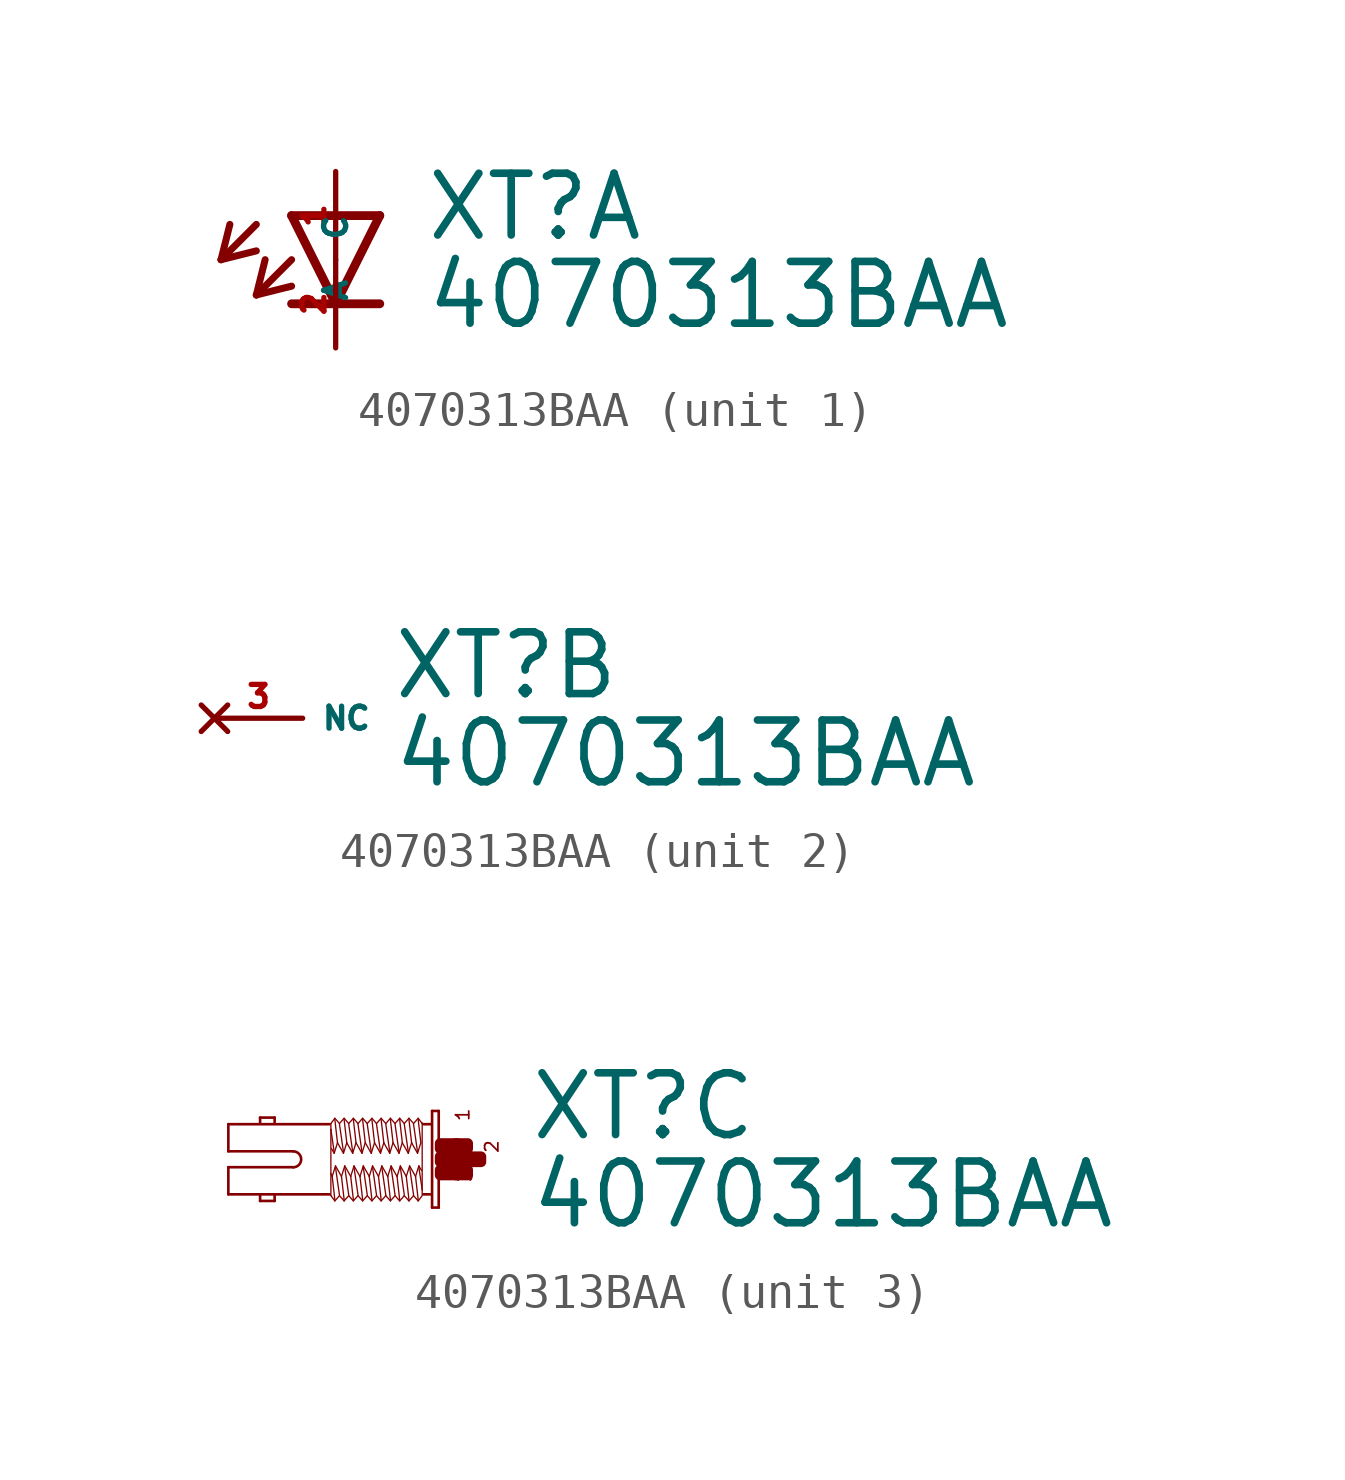
<source format=kicad_sym>
(kicad_symbol_lib
  (version 20220914)
  (generator Eagle2Kicad)
  (symbol "4070313BAA"
    (property "Reference" "XT"
      (at 2.54 0.483 0)
      (effects (font (size 1.778 1.778) (thickness 0.22)) (justify left bottom)))
    (property "Value" "4070313BAA"
      (at 2.54 -2.057 0)
      (effects (font (size 1.778 1.778) (thickness 0.22)) (justify left bottom)))
    (symbol "4070313BAA_1_0"
      (polyline (pts (xy -1.27 1.27) (xy 0 -1.27)) (stroke (width 0.254) (type default)) (fill (type none)))
      (polyline (pts (xy 0 -1.27) (xy 1.27 1.27)) (stroke (width 0.254) (type default)) (fill (type none)))
      (polyline (pts (xy 1.27 -1.27) (xy 0 -1.27)) (stroke (width 0.254) (type default)) (fill (type none)))
      (polyline (pts (xy 1.27 1.27) (xy -1.27 1.27)) (stroke (width 0.254) (type default)) (fill (type none)))
      (polyline (pts (xy 0 -1.27) (xy -1.27 -1.27)) (stroke (width 0.254) (type default)) (fill (type none)))
      (polyline (pts (xy -2.286 1.016) (xy -3.302 0)) (stroke (width 0.203) (type default)) (fill (type none)))
      (polyline (pts (xy -3.302 0) (xy -2.286 0.254)) (stroke (width 0.203) (type default)) (fill (type none)))
      (polyline (pts (xy -3.302 0) (xy -3.048 1.016)) (stroke (width 0.203) (type default)) (fill (type none)))
      (polyline (pts (xy -1.27 0) (xy -2.286 -1.016)) (stroke (width 0.203) (type default)) (fill (type none)))
      (polyline (pts (xy -2.286 -1.016) (xy -1.27 -0.762)) (stroke (width 0.203) (type default)) (fill (type none)))
      (polyline (pts (xy -2.286 -1.016) (xy -2.032 0)) (stroke (width 0.203) (type default)) (fill (type none)))
      (pin passive line (at 0 2.54 270) (length 2.54) (name "A" (effects (font (size 0.635 0.635) (thickness 0.08)) (justify left bottom))) (number "1" (effects (font (size 0.635 0.635) (thickness 0.08)) (justify left bottom))))
      (pin passive line (at 0 -2.54 90) (length 2.54) (name "C" (effects (font (size 0.635 0.635) (thickness 0.08)) (justify left bottom))) (number "2" (effects (font (size 0.635 0.635) (thickness 0.08)) (justify left bottom)))))
    (symbol "4070313BAA_2_0"
      (pin no_connect line (at -2.54 0 0) (length 2.54) (name "NC" (effects (font (size 0.635 0.635) (thickness 0.08)) (justify left bottom) hide)) (number "3" (effects (font (size 0.635 0.635) (thickness 0.08)) (justify left bottom) hide))))
    (symbol "4070313BAA_3_0"
      (polyline (pts (xy -0.038 1.391) (xy -0.038 -1.391)) (stroke (width 0.076) (type default)) (fill (type none)))
      (polyline (pts (xy -0.038 -1.391) (xy -0.229 -1.391)) (stroke (width 0.076) (type default)) (fill (type none)))
      (polyline (pts (xy -0.229 -1.391) (xy -0.229 1.391)) (stroke (width 0.076) (type default)) (fill (type none)))
      (polyline (pts (xy -0.229 1.391) (xy -0.038 1.391)) (stroke (width 0.076) (type default)) (fill (type none)))
      (polyline (pts (xy -0.267 1.01) (xy -0.476 1.01)) (stroke (width 0.076) (type default)) (fill (type none)))
      (polyline (pts (xy -0.267 -1.01) (xy -0.476 -1.01)) (stroke (width 0.076) (type default)) (fill (type none)))
      (polyline (pts (xy -3.181 -1.01) (xy -6.096 -1.01)) (stroke (width 0.076) (type default)) (fill (type none)))
      (polyline (pts (xy -6.096 -1.01) (xy -6.096 -0.229)) (stroke (width 0.076) (type default)) (fill (type none)))
      (polyline (pts (xy -6.096 -0.229) (xy -4.229 -0.229)) (stroke (width 0.076) (type default)) (fill (type none)))
      (polyline (pts (xy -4.229 0.229) (xy -6.096 0.229)) (stroke (width 0.076) (type default)) (fill (type none)))
      (polyline (pts (xy -6.096 0.229) (xy -6.096 1.01)) (stroke (width 0.076) (type default)) (fill (type none)))
      (polyline (pts (xy -6.096 1.01) (xy -3.181 1.01)) (stroke (width 0.076) (type default)) (fill (type none)))
      (polyline (pts (xy -4.763 -1.029) (xy -4.763 -1.2)) (stroke (width 0.076) (type default)) (fill (type none)))
      (polyline (pts (xy -4.763 -1.2) (xy -5.182 -1.2)) (stroke (width 0.076) (type default)) (fill (type none)))
      (polyline (pts (xy -5.182 -1.2) (xy -5.182 -1.048)) (stroke (width 0.076) (type default)) (fill (type none)))
      (polyline (pts (xy -4.763 1.067) (xy -4.763 1.2)) (stroke (width 0.076) (type default)) (fill (type none)))
      (polyline (pts (xy -4.763 1.2) (xy -5.182 1.2)) (stroke (width 0.076) (type default)) (fill (type none)))
      (polyline (pts (xy -5.182 1.2) (xy -5.182 1.048)) (stroke (width 0.076) (type default)) (fill (type none)))
      (polyline (pts (xy -0.514 -1.048) (xy -0.629 -1.2)) (stroke (width 0.038) (type default)) (fill (type none)))
      (polyline (pts (xy -0.629 -1.2) (xy -0.762 -1.048)) (stroke (width 0.038) (type default)) (fill (type none)))
      (polyline (pts (xy -0.762 -1.048) (xy -0.895 -1.2)) (stroke (width 0.038) (type default)) (fill (type none)))
      (polyline (pts (xy -0.895 -1.2) (xy -1.029 -1.048)) (stroke (width 0.038) (type default)) (fill (type none)))
      (polyline (pts (xy -1.029 -1.048) (xy -1.162 -1.2)) (stroke (width 0.038) (type default)) (fill (type none)))
      (polyline (pts (xy -1.162 -1.2) (xy -1.295 -1.048)) (stroke (width 0.038) (type default)) (fill (type none)))
      (polyline (pts (xy -1.295 -1.048) (xy -1.429 -1.2)) (stroke (width 0.038) (type default)) (fill (type none)))
      (polyline (pts (xy -1.429 -1.2) (xy -1.562 -1.048)) (stroke (width 0.038) (type default)) (fill (type none)))
      (polyline (pts (xy -1.562 -1.048) (xy -1.696 -1.2)) (stroke (width 0.038) (type default)) (fill (type none)))
      (polyline (pts (xy -1.696 -1.2) (xy -1.829 -1.048)) (stroke (width 0.038) (type default)) (fill (type none)))
      (polyline (pts (xy -1.829 -1.048) (xy -1.962 -1.2)) (stroke (width 0.038) (type default)) (fill (type none)))
      (polyline (pts (xy -1.962 -1.2) (xy -2.095 -1.048)) (stroke (width 0.038) (type default)) (fill (type none)))
      (polyline (pts (xy -2.095 -1.048) (xy -2.229 -1.2)) (stroke (width 0.038) (type default)) (fill (type none)))
      (polyline (pts (xy -2.229 -1.2) (xy -2.362 -1.048)) (stroke (width 0.038) (type default)) (fill (type none)))
      (polyline (pts (xy -2.362 -1.048) (xy -2.496 -1.2)) (stroke (width 0.038) (type default)) (fill (type none)))
      (polyline (pts (xy -2.496 -1.2) (xy -2.629 -1.048)) (stroke (width 0.038) (type default)) (fill (type none)))
      (polyline (pts (xy -2.629 -1.048) (xy -2.762 -1.2)) (stroke (width 0.038) (type default)) (fill (type none)))
      (polyline (pts (xy -2.762 -1.2) (xy -2.896 -1.048)) (stroke (width 0.038) (type default)) (fill (type none)))
      (polyline (pts (xy -2.896 -1.048) (xy -3.029 -1.2)) (stroke (width 0.038) (type default)) (fill (type none)))
      (polyline (pts (xy -3.029 -1.2) (xy -3.143 -1.048)) (stroke (width 0.038) (type default)) (fill (type none)))
      (polyline (pts (xy -3.143 -1.048) (xy -3.143 -0.419)) (stroke (width 0.038) (type default)) (fill (type none)))
      (polyline (pts (xy -3.143 -0.419) (xy -3.143 0.857)) (stroke (width 0.038) (type default)) (fill (type none)))
      (polyline (pts (xy -3.143 0.857) (xy -3.143 1.029)) (stroke (width 0.038) (type default)) (fill (type none)))
      (polyline (pts (xy -0.514 1.048) (xy -0.514 1.029)) (stroke (width 0.038) (type default)) (fill (type none)))
      (polyline (pts (xy -0.514 1.029) (xy -0.514 -0.876)) (stroke (width 0.038) (type default)) (fill (type none)))
      (polyline (pts (xy -0.514 -0.876) (xy -0.514 -1.029)) (stroke (width 0.038) (type default)) (fill (type none)))
      (polyline (pts (xy -0.533 -0.324) (xy -0.61 -0.191)) (stroke (width 0.038) (type default)) (fill (type none)))
      (polyline (pts (xy -0.61 -0.191) (xy -0.705 -0.495)) (stroke (width 0.038) (type default)) (fill (type none)))
      (polyline (pts (xy -0.705 -0.495) (xy -0.876 -0.191)) (stroke (width 0.038) (type default)) (fill (type none)))
      (polyline (pts (xy -0.876 -0.191) (xy -0.972 -0.495)) (stroke (width 0.038) (type default)) (fill (type none)))
      (polyline (pts (xy -0.972 -0.495) (xy -1.143 -0.191)) (stroke (width 0.038) (type default)) (fill (type none)))
      (polyline (pts (xy -1.143 -0.191) (xy -1.238 -0.495)) (stroke (width 0.038) (type default)) (fill (type none)))
      (polyline (pts (xy -1.238 -0.495) (xy -1.41 -0.191)) (stroke (width 0.038) (type default)) (fill (type none)))
      (polyline (pts (xy -1.41 -0.191) (xy -1.505 -0.495)) (stroke (width 0.038) (type default)) (fill (type none)))
      (polyline (pts (xy -1.505 -0.495) (xy -1.676 -0.191)) (stroke (width 0.038) (type default)) (fill (type none)))
      (polyline (pts (xy -1.676 -0.191) (xy -1.772 -0.495)) (stroke (width 0.038) (type default)) (fill (type none)))
      (polyline (pts (xy -1.772 -0.495) (xy -1.943 -0.191)) (stroke (width 0.038) (type default)) (fill (type none)))
      (polyline (pts (xy -1.943 -0.191) (xy -2.038 -0.495)) (stroke (width 0.038) (type default)) (fill (type none)))
      (polyline (pts (xy -2.038 -0.495) (xy -2.21 -0.191)) (stroke (width 0.038) (type default)) (fill (type none)))
      (polyline (pts (xy -2.21 -0.191) (xy -2.305 -0.495)) (stroke (width 0.038) (type default)) (fill (type none)))
      (polyline (pts (xy -2.305 -0.495) (xy -2.477 -0.191)) (stroke (width 0.038) (type default)) (fill (type none)))
      (polyline (pts (xy -2.477 -0.191) (xy -2.572 -0.495)) (stroke (width 0.038) (type default)) (fill (type none)))
      (polyline (pts (xy -2.572 -0.495) (xy -2.743 -0.191)) (stroke (width 0.038) (type default)) (fill (type none)))
      (polyline (pts (xy -2.743 -0.191) (xy -2.838 -0.495)) (stroke (width 0.038) (type default)) (fill (type none)))
      (polyline (pts (xy -2.838 -0.495) (xy -3.01 -0.191)) (stroke (width 0.038) (type default)) (fill (type none)))
      (polyline (pts (xy -3.01 -0.191) (xy -3.105 -0.495)) (stroke (width 0.038) (type default)) (fill (type none)))
      (polyline (pts (xy -3.105 -0.495) (xy -3.143 -0.419)) (stroke (width 0.038) (type default)) (fill (type none)))
      (polyline (pts (xy -3.029 -1.162) (xy -3.105 -0.495)) (stroke (width 0.038) (type default)) (fill (type none)))
      (polyline (pts (xy -2.896 -1.029) (xy -3.01 -0.229)) (stroke (width 0.038) (type default)) (fill (type none)))
      (polyline (pts (xy -2.762 -1.162) (xy -2.838 -0.495)) (stroke (width 0.038) (type default)) (fill (type none)))
      (polyline (pts (xy -2.629 -1.029) (xy -2.743 -0.229)) (stroke (width 0.038) (type default)) (fill (type none)))
      (polyline (pts (xy -2.496 -1.162) (xy -2.572 -0.495)) (stroke (width 0.038) (type default)) (fill (type none)))
      (polyline (pts (xy -2.362 -1.029) (xy -2.477 -0.229)) (stroke (width 0.038) (type default)) (fill (type none)))
      (polyline (pts (xy -2.229 -1.162) (xy -2.305 -0.495)) (stroke (width 0.038) (type default)) (fill (type none)))
      (polyline (pts (xy -2.095 -1.029) (xy -2.21 -0.229)) (stroke (width 0.038) (type default)) (fill (type none)))
      (polyline (pts (xy -1.962 -1.162) (xy -2.038 -0.495)) (stroke (width 0.038) (type default)) (fill (type none)))
      (polyline (pts (xy -1.829 -1.029) (xy -1.943 -0.229)) (stroke (width 0.038) (type default)) (fill (type none)))
      (polyline (pts (xy -1.696 -1.162) (xy -1.772 -0.495)) (stroke (width 0.038) (type default)) (fill (type none)))
      (polyline (pts (xy -1.562 -1.029) (xy -1.676 -0.229)) (stroke (width 0.038) (type default)) (fill (type none)))
      (polyline (pts (xy -1.429 -1.162) (xy -1.505 -0.495)) (stroke (width 0.038) (type default)) (fill (type none)))
      (polyline (pts (xy -1.295 -1.029) (xy -1.41 -0.229)) (stroke (width 0.038) (type default)) (fill (type none)))
      (polyline (pts (xy -1.162 -1.162) (xy -1.238 -0.495)) (stroke (width 0.038) (type default)) (fill (type none)))
      (polyline (pts (xy -1.029 -1.029) (xy -1.143 -0.229)) (stroke (width 0.038) (type default)) (fill (type none)))
      (polyline (pts (xy -0.895 -1.162) (xy -0.972 -0.495)) (stroke (width 0.038) (type default)) (fill (type none)))
      (polyline (pts (xy -0.762 -1.029) (xy -0.876 -0.229)) (stroke (width 0.038) (type default)) (fill (type none)))
      (polyline (pts (xy -0.629 -1.162) (xy -0.705 -0.495)) (stroke (width 0.038) (type default)) (fill (type none)))
      (polyline (pts (xy -0.514 -0.876) (xy -0.61 -0.229)) (stroke (width 0.038) (type default)) (fill (type none)))
      (polyline (pts (xy -3.143 1.029) (xy -3.029 1.181)) (stroke (width 0.038) (type default)) (fill (type none)))
      (polyline (pts (xy -3.029 1.181) (xy -2.896 1.029)) (stroke (width 0.038) (type default)) (fill (type none)))
      (polyline (pts (xy -2.896 1.029) (xy -2.762 1.181)) (stroke (width 0.038) (type default)) (fill (type none)))
      (polyline (pts (xy -2.762 1.181) (xy -2.629 1.029)) (stroke (width 0.038) (type default)) (fill (type none)))
      (polyline (pts (xy -2.629 1.029) (xy -2.496 1.181)) (stroke (width 0.038) (type default)) (fill (type none)))
      (polyline (pts (xy -2.496 1.181) (xy -2.362 1.029)) (stroke (width 0.038) (type default)) (fill (type none)))
      (polyline (pts (xy -2.362 1.029) (xy -2.229 1.181)) (stroke (width 0.038) (type default)) (fill (type none)))
      (polyline (pts (xy -2.229 1.181) (xy -2.095 1.029)) (stroke (width 0.038) (type default)) (fill (type none)))
      (polyline (pts (xy -2.095 1.029) (xy -1.962 1.181)) (stroke (width 0.038) (type default)) (fill (type none)))
      (polyline (pts (xy -1.962 1.181) (xy -1.829 1.029)) (stroke (width 0.038) (type default)) (fill (type none)))
      (polyline (pts (xy -1.829 1.029) (xy -1.696 1.181)) (stroke (width 0.038) (type default)) (fill (type none)))
      (polyline (pts (xy -1.696 1.181) (xy -1.562 1.029)) (stroke (width 0.038) (type default)) (fill (type none)))
      (polyline (pts (xy -1.562 1.029) (xy -1.429 1.181)) (stroke (width 0.038) (type default)) (fill (type none)))
      (polyline (pts (xy -1.429 1.181) (xy -1.295 1.029)) (stroke (width 0.038) (type default)) (fill (type none)))
      (polyline (pts (xy -1.295 1.029) (xy -1.162 1.181)) (stroke (width 0.038) (type default)) (fill (type none)))
      (polyline (pts (xy -1.162 1.181) (xy -1.029 1.029)) (stroke (width 0.038) (type default)) (fill (type none)))
      (polyline (pts (xy -1.029 1.029) (xy -0.895 1.181)) (stroke (width 0.038) (type default)) (fill (type none)))
      (polyline (pts (xy -0.895 1.181) (xy -0.762 1.029)) (stroke (width 0.038) (type default)) (fill (type none)))
      (polyline (pts (xy -0.762 1.029) (xy -0.629 1.181)) (stroke (width 0.038) (type default)) (fill (type none)))
      (polyline (pts (xy -0.629 1.181) (xy -0.514 1.029)) (stroke (width 0.038) (type default)) (fill (type none)))
      (polyline (pts (xy -3.124 0.305) (xy -3.048 0.172)) (stroke (width 0.038) (type default)) (fill (type none)))
      (polyline (pts (xy -3.048 0.172) (xy -2.953 0.476)) (stroke (width 0.038) (type default)) (fill (type none)))
      (polyline (pts (xy -2.953 0.476) (xy -2.781 0.172)) (stroke (width 0.038) (type default)) (fill (type none)))
      (polyline (pts (xy -2.781 0.172) (xy -2.686 0.476)) (stroke (width 0.038) (type default)) (fill (type none)))
      (polyline (pts (xy -2.686 0.476) (xy -2.515 0.172)) (stroke (width 0.038) (type default)) (fill (type none)))
      (polyline (pts (xy -2.515 0.172) (xy -2.419 0.476)) (stroke (width 0.038) (type default)) (fill (type none)))
      (polyline (pts (xy -2.419 0.476) (xy -2.248 0.172)) (stroke (width 0.038) (type default)) (fill (type none)))
      (polyline (pts (xy -2.248 0.172) (xy -2.153 0.476)) (stroke (width 0.038) (type default)) (fill (type none)))
      (polyline (pts (xy -2.153 0.476) (xy -1.981 0.172)) (stroke (width 0.038) (type default)) (fill (type none)))
      (polyline (pts (xy -1.981 0.172) (xy -1.886 0.476)) (stroke (width 0.038) (type default)) (fill (type none)))
      (polyline (pts (xy -1.886 0.476) (xy -1.714 0.172)) (stroke (width 0.038) (type default)) (fill (type none)))
      (polyline (pts (xy -1.714 0.172) (xy -1.619 0.476)) (stroke (width 0.038) (type default)) (fill (type none)))
      (polyline (pts (xy -1.619 0.476) (xy -1.448 0.172)) (stroke (width 0.038) (type default)) (fill (type none)))
      (polyline (pts (xy -1.448 0.172) (xy -1.353 0.476)) (stroke (width 0.038) (type default)) (fill (type none)))
      (polyline (pts (xy -1.353 0.476) (xy -1.181 0.172)) (stroke (width 0.038) (type default)) (fill (type none)))
      (polyline (pts (xy -1.181 0.172) (xy -1.086 0.476)) (stroke (width 0.038) (type default)) (fill (type none)))
      (polyline (pts (xy -1.086 0.476) (xy -0.914 0.172)) (stroke (width 0.038) (type default)) (fill (type none)))
      (polyline (pts (xy -0.914 0.172) (xy -0.819 0.476)) (stroke (width 0.038) (type default)) (fill (type none)))
      (polyline (pts (xy -0.819 0.476) (xy -0.648 0.172)) (stroke (width 0.038) (type default)) (fill (type none)))
      (polyline (pts (xy -0.648 0.172) (xy -0.552 0.476)) (stroke (width 0.038) (type default)) (fill (type none)))
      (polyline (pts (xy -0.629 1.143) (xy -0.552 0.476)) (stroke (width 0.038) (type default)) (fill (type none)))
      (polyline (pts (xy -0.762 1.01) (xy -0.648 0.21)) (stroke (width 0.038) (type default)) (fill (type none)))
      (polyline (pts (xy -0.895 1.143) (xy -0.819 0.476)) (stroke (width 0.038) (type default)) (fill (type none)))
      (polyline (pts (xy -1.029 1.01) (xy -0.914 0.21)) (stroke (width 0.038) (type default)) (fill (type none)))
      (polyline (pts (xy -1.162 1.143) (xy -1.086 0.476)) (stroke (width 0.038) (type default)) (fill (type none)))
      (polyline (pts (xy -1.295 1.01) (xy -1.181 0.21)) (stroke (width 0.038) (type default)) (fill (type none)))
      (polyline (pts (xy -1.429 1.143) (xy -1.353 0.476)) (stroke (width 0.038) (type default)) (fill (type none)))
      (polyline (pts (xy -1.562 1.01) (xy -1.448 0.21)) (stroke (width 0.038) (type default)) (fill (type none)))
      (polyline (pts (xy -1.696 1.143) (xy -1.619 0.476)) (stroke (width 0.038) (type default)) (fill (type none)))
      (polyline (pts (xy -1.829 1.01) (xy -1.714 0.21)) (stroke (width 0.038) (type default)) (fill (type none)))
      (polyline (pts (xy -1.962 1.143) (xy -1.886 0.476)) (stroke (width 0.038) (type default)) (fill (type none)))
      (polyline (pts (xy -2.095 1.01) (xy -1.981 0.21)) (stroke (width 0.038) (type default)) (fill (type none)))
      (polyline (pts (xy -2.229 1.143) (xy -2.153 0.476)) (stroke (width 0.038) (type default)) (fill (type none)))
      (polyline (pts (xy -2.362 1.01) (xy -2.248 0.21)) (stroke (width 0.038) (type default)) (fill (type none)))
      (polyline (pts (xy -2.496 1.143) (xy -2.419 0.476)) (stroke (width 0.038) (type default)) (fill (type none)))
      (polyline (pts (xy -2.629 1.01) (xy -2.515 0.21)) (stroke (width 0.038) (type default)) (fill (type none)))
      (polyline (pts (xy -2.762 1.143) (xy -2.686 0.476)) (stroke (width 0.038) (type default)) (fill (type none)))
      (polyline (pts (xy -2.896 1.01) (xy -2.781 0.21)) (stroke (width 0.038) (type default)) (fill (type none)))
      (polyline (pts (xy -3.029 1.143) (xy -2.953 0.476)) (stroke (width 0.038) (type default)) (fill (type none)))
      (polyline (pts (xy -3.143 0.857) (xy -3.048 0.21)) (stroke (width 0.038) (type default)) (fill (type none)))
      (arc (start -4.2291 -0.2286) (mid -4.001 0.000) (end -4.2291 0.2286) (stroke (width 0.0762) (type default)) (fill (type none)))
      (text "1" (at 0.876 1.067 1800) (effects (font (size 0.381 0.381) (thickness 0.05)) (justify left bottom)))
      (text "3" (at 0.953 -0.686 1800) (effects (font (size 0.381 0.381) (thickness 0.05)) (justify left bottom)))
      (text "2" (at 1.714 0.152 1800) (effects (font (size 0.381 0.381) (thickness 0.05)) (justify left bottom)))
      (rectangle (start 0 -0.457) (end 0.495 -0.305) (stroke (width 0.3) (type default)) (fill (type outline)))
      (rectangle (start 0 -0.076) (end 0.876 0.076) (stroke (width 0.3) (type default)) (fill (type outline)))
      (rectangle (start 0.457 -0.457) (end 0.8 -0.305) (stroke (width 0.3) (type default)) (fill (type outline)))
      (rectangle (start 0.838 -0.076) (end 1.181 0.076) (stroke (width 0.3) (type default)) (fill (type outline)))
      (rectangle (start 0.457 0.305) (end 0.8 0.457) (stroke (width 0.3) (type default)) (fill (type outline)))
      (rectangle (start 0 0.305) (end 0.495 0.457) (stroke (width 0.3) (type default)) (fill (type outline))))))
</source>
